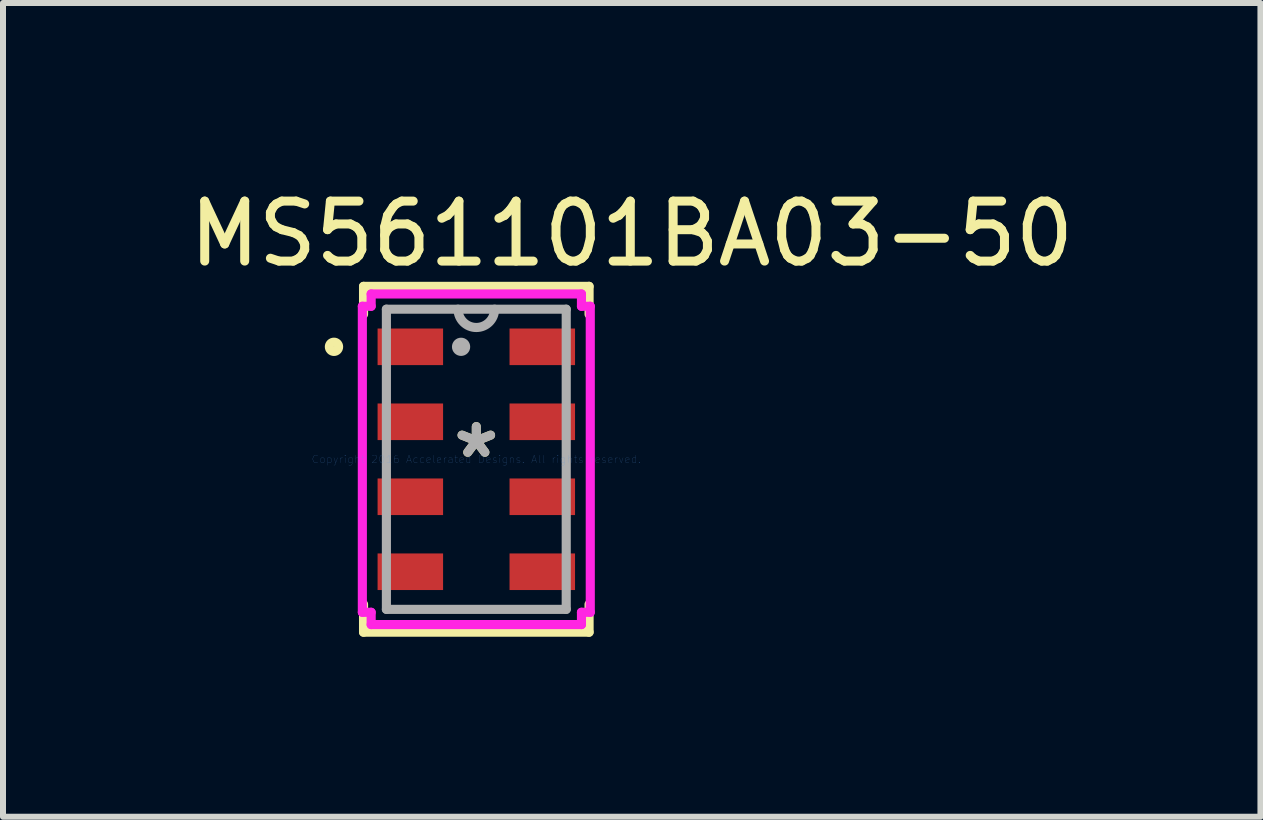
<source format=kicad_pcb>
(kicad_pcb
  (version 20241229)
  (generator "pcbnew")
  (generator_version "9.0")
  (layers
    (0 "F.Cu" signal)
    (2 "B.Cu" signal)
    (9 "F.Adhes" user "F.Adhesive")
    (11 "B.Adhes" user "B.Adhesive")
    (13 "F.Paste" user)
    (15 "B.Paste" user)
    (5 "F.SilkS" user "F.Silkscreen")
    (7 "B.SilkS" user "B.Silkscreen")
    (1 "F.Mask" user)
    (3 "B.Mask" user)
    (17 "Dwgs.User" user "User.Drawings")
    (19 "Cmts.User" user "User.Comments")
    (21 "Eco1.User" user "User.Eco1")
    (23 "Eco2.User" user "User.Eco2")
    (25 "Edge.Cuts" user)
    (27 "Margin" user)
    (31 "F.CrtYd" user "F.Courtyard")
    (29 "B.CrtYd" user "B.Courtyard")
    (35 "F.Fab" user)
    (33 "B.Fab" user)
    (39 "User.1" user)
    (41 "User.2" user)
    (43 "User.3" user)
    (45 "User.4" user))
  (footprint "MS561101BA03-50"
    (layer "F.Cu")
    (at 4.891 4.607)
    (property "Reference" "MS561101BA03-50" (at 2.591 -3.759 0) (layer "F.SilkS") (effects (font (size 1 1) (thickness 0.15))))
    (attr through_hole)
    (fp_line (start -1.646 -2.18) (end -1.646 -1.57) (stroke (width 0.152) (type solid)) (layer "F.Mask"))
    (fp_line (start -1.646 -1.57) (end -0.554 -1.57) (stroke (width 0.152) (type solid)) (layer "F.Mask"))
    (fp_line (start -1.646 -0.93) (end -1.646 -0.32) (stroke (width 0.152) (type solid)) (layer "F.Mask"))
    (fp_line (start -1.646 -0.32) (end -0.554 -0.32) (stroke (width 0.152) (type solid)) (layer "F.Mask"))
    (fp_line (start -1.646 0.32) (end -1.646 0.93) (stroke (width 0.152) (type solid)) (layer "F.Mask"))
    (fp_line (start -1.646 0.93) (end -0.554 0.93) (stroke (width 0.152) (type solid)) (layer "F.Mask"))
    (fp_line (start -1.646 1.57) (end -1.646 2.18) (stroke (width 0.152) (type solid)) (layer "F.Mask"))
    (fp_line (start -1.646 2.18) (end -0.554 2.18) (stroke (width 0.152) (type solid)) (layer "F.Mask"))
    (fp_line (start -0.554 -2.18) (end -1.646 -2.18) (stroke (width 0.152) (type solid)) (layer "F.Mask"))
    (fp_line (start -0.554 -1.57) (end -0.554 -2.18) (stroke (width 0.152) (type solid)) (layer "F.Mask"))
    (fp_line (start -0.554 -0.93) (end -1.646 -0.93) (stroke (width 0.152) (type solid)) (layer "F.Mask"))
    (fp_line (start -0.554 -0.32) (end -0.554 -0.93) (stroke (width 0.152) (type solid)) (layer "F.Mask"))
    (fp_line (start -0.554 0.32) (end -1.646 0.32) (stroke (width 0.152) (type solid)) (layer "F.Mask"))
    (fp_line (start -0.554 0.93) (end -0.554 0.32) (stroke (width 0.152) (type solid)) (layer "F.Mask"))
    (fp_line (start -0.554 1.57) (end -1.646 1.57) (stroke (width 0.152) (type solid)) (layer "F.Mask"))
    (fp_line (start -0.554 2.18) (end -0.554 1.57) (stroke (width 0.152) (type solid)) (layer "F.Mask"))
    (fp_line (start 0.554 -2.18) (end 0.554 -1.57) (stroke (width 0.152) (type solid)) (layer "F.Mask"))
    (fp_line (start 0.554 -1.57) (end 1.646 -1.57) (stroke (width 0.152) (type solid)) (layer "F.Mask"))
    (fp_line (start 0.554 -0.93) (end 0.554 -0.32) (stroke (width 0.152) (type solid)) (layer "F.Mask"))
    (fp_line (start 0.554 -0.32) (end 1.646 -0.32) (stroke (width 0.152) (type solid)) (layer "F.Mask"))
    (fp_line (start 0.554 0.32) (end 0.554 0.93) (stroke (width 0.152) (type solid)) (layer "F.Mask"))
    (fp_line (start 0.554 0.93) (end 1.646 0.93) (stroke (width 0.152) (type solid)) (layer "F.Mask"))
    (fp_line (start 0.554 1.57) (end 0.554 2.18) (stroke (width 0.152) (type solid)) (layer "F.Mask"))
    (fp_line (start 0.554 2.18) (end 1.646 2.18) (stroke (width 0.152) (type solid)) (layer "F.Mask"))
    (fp_line (start 1.646 -2.18) (end 0.554 -2.18) (stroke (width 0.152) (type solid)) (layer "F.Mask"))
    (fp_line (start 1.646 -1.57) (end 1.646 -2.18) (stroke (width 0.152) (type solid)) (layer "F.Mask"))
    (fp_line (start 1.646 -0.93) (end 0.554 -0.93) (stroke (width 0.152) (type solid)) (layer "F.Mask"))
    (fp_line (start 1.646 -0.32) (end 1.646 -0.93) (stroke (width 0.152) (type solid)) (layer "F.Mask"))
    (fp_line (start 1.646 0.32) (end 0.554 0.32) (stroke (width 0.152) (type solid)) (layer "F.Mask"))
    (fp_line (start 1.646 0.93) (end 1.646 0.32) (stroke (width 0.152) (type solid)) (layer "F.Mask"))
    (fp_line (start 1.646 1.57) (end 0.554 1.57) (stroke (width 0.152) (type solid)) (layer "F.Mask"))
    (fp_line (start 1.646 2.18) (end 1.646 1.57) (stroke (width 0.152) (type solid)) (layer "F.Mask"))
    (fp_line (start -1.88 -2.883) (end -1.88 -2.417) (stroke (width 0.152) (type solid)) (layer "F.SilkS"))
    (fp_line (start -1.88 2.417) (end -1.88 2.883) (stroke (width 0.152) (type solid)) (layer "F.SilkS"))
    (fp_line (start -1.88 2.883) (end 1.88 2.883) (stroke (width 0.152) (type solid)) (layer "F.SilkS"))
    (fp_line (start 1.88 -2.883) (end -1.88 -2.883) (stroke (width 0.152) (type solid)) (layer "F.SilkS"))
    (fp_line (start 1.88 -2.417) (end 1.88 -2.883) (stroke (width 0.152) (type solid)) (layer "F.SilkS"))
    (fp_line (start 1.88 2.883) (end 1.88 2.417) (stroke (width 0.152) (type solid)) (layer "F.SilkS"))
    (fp_circle (center -2.373 -1.875) (end -2.296 -1.875) (stroke (width 0.152) (type solid)) (fill no) (layer "F.SilkS"))
    (fp_line (start -1.646 -2.18) (end -1.646 -1.57) (stroke (width 0.152) (type solid)) (layer "F.Paste"))
    (fp_line (start -1.646 -1.57) (end -0.554 -1.57) (stroke (width 0.152) (type solid)) (layer "F.Paste"))
    (fp_line (start -1.646 -0.93) (end -1.646 -0.32) (stroke (width 0.152) (type solid)) (layer "F.Paste"))
    (fp_line (start -1.646 -0.32) (end -0.554 -0.32) (stroke (width 0.152) (type solid)) (layer "F.Paste"))
    (fp_line (start -1.646 0.32) (end -1.646 0.93) (stroke (width 0.152) (type solid)) (layer "F.Paste"))
    (fp_line (start -1.646 0.93) (end -0.554 0.93) (stroke (width 0.152) (type solid)) (layer "F.Paste"))
    (fp_line (start -1.646 1.57) (end -1.646 2.18) (stroke (width 0.152) (type solid)) (layer "F.Paste"))
    (fp_line (start -1.646 2.18) (end -0.554 2.18) (stroke (width 0.152) (type solid)) (layer "F.Paste"))
    (fp_line (start -0.554 -2.18) (end -1.646 -2.18) (stroke (width 0.152) (type solid)) (layer "F.Paste"))
    (fp_line (start -0.554 -1.57) (end -0.554 -2.18) (stroke (width 0.152) (type solid)) (layer "F.Paste"))
    (fp_line (start -0.554 -0.93) (end -1.646 -0.93) (stroke (width 0.152) (type solid)) (layer "F.Paste"))
    (fp_line (start -0.554 -0.32) (end -0.554 -0.93) (stroke (width 0.152) (type solid)) (layer "F.Paste"))
    (fp_line (start -0.554 0.32) (end -1.646 0.32) (stroke (width 0.152) (type solid)) (layer "F.Paste"))
    (fp_line (start -0.554 0.93) (end -0.554 0.32) (stroke (width 0.152) (type solid)) (layer "F.Paste"))
    (fp_line (start -0.554 1.57) (end -1.646 1.57) (stroke (width 0.152) (type solid)) (layer "F.Paste"))
    (fp_line (start -0.554 2.18) (end -0.554 1.57) (stroke (width 0.152) (type solid)) (layer "F.Paste"))
    (fp_line (start 0.554 -2.18) (end 0.554 -1.57) (stroke (width 0.152) (type solid)) (layer "F.Paste"))
    (fp_line (start 0.554 -1.57) (end 1.646 -1.57) (stroke (width 0.152) (type solid)) (layer "F.Paste"))
    (fp_line (start 0.554 -0.93) (end 0.554 -0.32) (stroke (width 0.152) (type solid)) (layer "F.Paste"))
    (fp_line (start 0.554 -0.32) (end 1.646 -0.32) (stroke (width 0.152) (type solid)) (layer "F.Paste"))
    (fp_line (start 0.554 0.32) (end 0.554 0.93) (stroke (width 0.152) (type solid)) (layer "F.Paste"))
    (fp_line (start 0.554 0.93) (end 1.646 0.93) (stroke (width 0.152) (type solid)) (layer "F.Paste"))
    (fp_line (start 0.554 1.57) (end 0.554 2.18) (stroke (width 0.152) (type solid)) (layer "F.Paste"))
    (fp_line (start 0.554 2.18) (end 1.646 2.18) (stroke (width 0.152) (type solid)) (layer "F.Paste"))
    (fp_line (start 1.646 -2.18) (end 0.554 -2.18) (stroke (width 0.152) (type solid)) (layer "F.Paste"))
    (fp_line (start 1.646 -1.57) (end 1.646 -2.18) (stroke (width 0.152) (type solid)) (layer "F.Paste"))
    (fp_line (start 1.646 -0.93) (end 0.554 -0.93) (stroke (width 0.152) (type solid)) (layer "F.Paste"))
    (fp_line (start 1.646 -0.32) (end 1.646 -0.93) (stroke (width 0.152) (type solid)) (layer "F.Paste"))
    (fp_line (start 1.646 0.32) (end 0.554 0.32) (stroke (width 0.152) (type solid)) (layer "F.Paste"))
    (fp_line (start 1.646 0.93) (end 1.646 0.32) (stroke (width 0.152) (type solid)) (layer "F.Paste"))
    (fp_line (start 1.646 1.57) (end 0.554 1.57) (stroke (width 0.152) (type solid)) (layer "F.Paste"))
    (fp_line (start 1.646 2.18) (end 1.646 1.57) (stroke (width 0.152) (type solid)) (layer "F.Paste"))
    (fp_line (start -1.9 -2.551) (end -1.753 -2.551) (stroke (width 0.152) (type solid)) (layer "F.CrtYd"))
    (fp_line (start -1.9 2.551) (end -1.9 -2.551) (stroke (width 0.152) (type solid)) (layer "F.CrtYd"))
    (fp_line (start -1.753 -2.756) (end 1.753 -2.756) (stroke (width 0.152) (type solid)) (layer "F.CrtYd"))
    (fp_line (start -1.753 -2.551) (end -1.753 -2.756) (stroke (width 0.152) (type solid)) (layer "F.CrtYd"))
    (fp_line (start -1.753 2.551) (end -1.9 2.551) (stroke (width 0.152) (type solid)) (layer "F.CrtYd"))
    (fp_line (start -1.753 2.756) (end -1.753 2.551) (stroke (width 0.152) (type solid)) (layer "F.CrtYd"))
    (fp_line (start 1.753 -2.756) (end 1.753 -2.551) (stroke (width 0.152) (type solid)) (layer "F.CrtYd"))
    (fp_line (start 1.753 -2.551) (end 1.9 -2.551) (stroke (width 0.152) (type solid)) (layer "F.CrtYd"))
    (fp_line (start 1.753 2.551) (end 1.753 2.756) (stroke (width 0.152) (type solid)) (layer "F.CrtYd"))
    (fp_line (start 1.753 2.756) (end -1.753 2.756) (stroke (width 0.152) (type solid)) (layer "F.CrtYd"))
    (fp_line (start 1.9 -2.551) (end 1.9 2.551) (stroke (width 0.152) (type solid)) (layer "F.CrtYd"))
    (fp_line (start 1.9 2.551) (end 1.753 2.551) (stroke (width 0.152) (type solid)) (layer "F.CrtYd"))
    (fp_line (start -1.499 -2.502) (end -1.499 2.502) (stroke (width 0.152) (type solid)) (layer "F.Fab"))
    (fp_line (start -1.499 2.502) (end 1.499 2.502) (stroke (width 0.152) (type solid)) (layer "F.Fab"))
    (fp_line (start 1.499 -2.502) (end -1.499 -2.502) (stroke (width 0.152) (type solid)) (layer "F.Fab"))
    (fp_line (start 1.499 2.502) (end 1.499 -2.502) (stroke (width 0.152) (type solid)) (layer "F.Fab"))
    (fp_arc (start 0.3048 -2.5019) (mid 0 -2.1971) (end -0.3048 -2.5019) (stroke (width 0.1524) (type solid)) (layer "F.Fab"))
    (fp_circle (center -0.254 -1.875) (end -0.178 -1.875) (stroke (width 0.152) (type solid)) (fill no) (layer "F.Fab"))
    (fp_text user "*" (at 0 0 0) (layer "F.SilkS") (effects (font (size 1 1) (thickness 0.15))))
    (fp_text user "Copyright 2016 Accelerated Designs. All rights reserved." (at 0 0 0) (layer "Cmts.User") (effects (font (size 0.127 0.127) (thickness 0.002))))
    (fp_text user "*" (at 0 0 0) (layer "F.Fab") (effects (font (size 1 1) (thickness 0.15))))
    (pad "1" smd rect (at -1.1 -1.875) (size 1.092 0.61) (layers "F.Cu" "F.Mask" "F.Paste"))
    (pad "2" smd rect (at -1.1 -0.625) (size 1.092 0.61) (layers "F.Cu" "F.Mask" "F.Paste"))
    (pad "3" smd rect (at -1.1 0.625) (size 1.092 0.61) (layers "F.Cu" "F.Mask" "F.Paste"))
    (pad "4" smd rect (at -1.1 1.875) (size 1.092 0.61) (layers "F.Cu" "F.Mask" "F.Paste"))
    (pad "5" smd rect (at 1.1 1.875) (size 1.092 0.61) (layers "F.Cu" "F.Mask" "F.Paste"))
    (pad "6" smd rect (at 1.1 0.625) (size 1.092 0.61) (layers "F.Cu" "F.Mask" "F.Paste"))
    (pad "7" smd rect (at 1.1 -0.625) (size 1.092 0.61) (layers "F.Cu" "F.Mask" "F.Paste"))
    (pad "8" smd rect (at 1.1 -1.875) (size 1.092 0.61) (layers "F.Cu" "F.Mask" "F.Paste")))
  (gr_rect
    (start -3 -3)
    (end 17.964 10.567)
    (stroke (width 0.1) (type default))
    (fill no)
    (layer "Edge.Cuts")))
</source>
